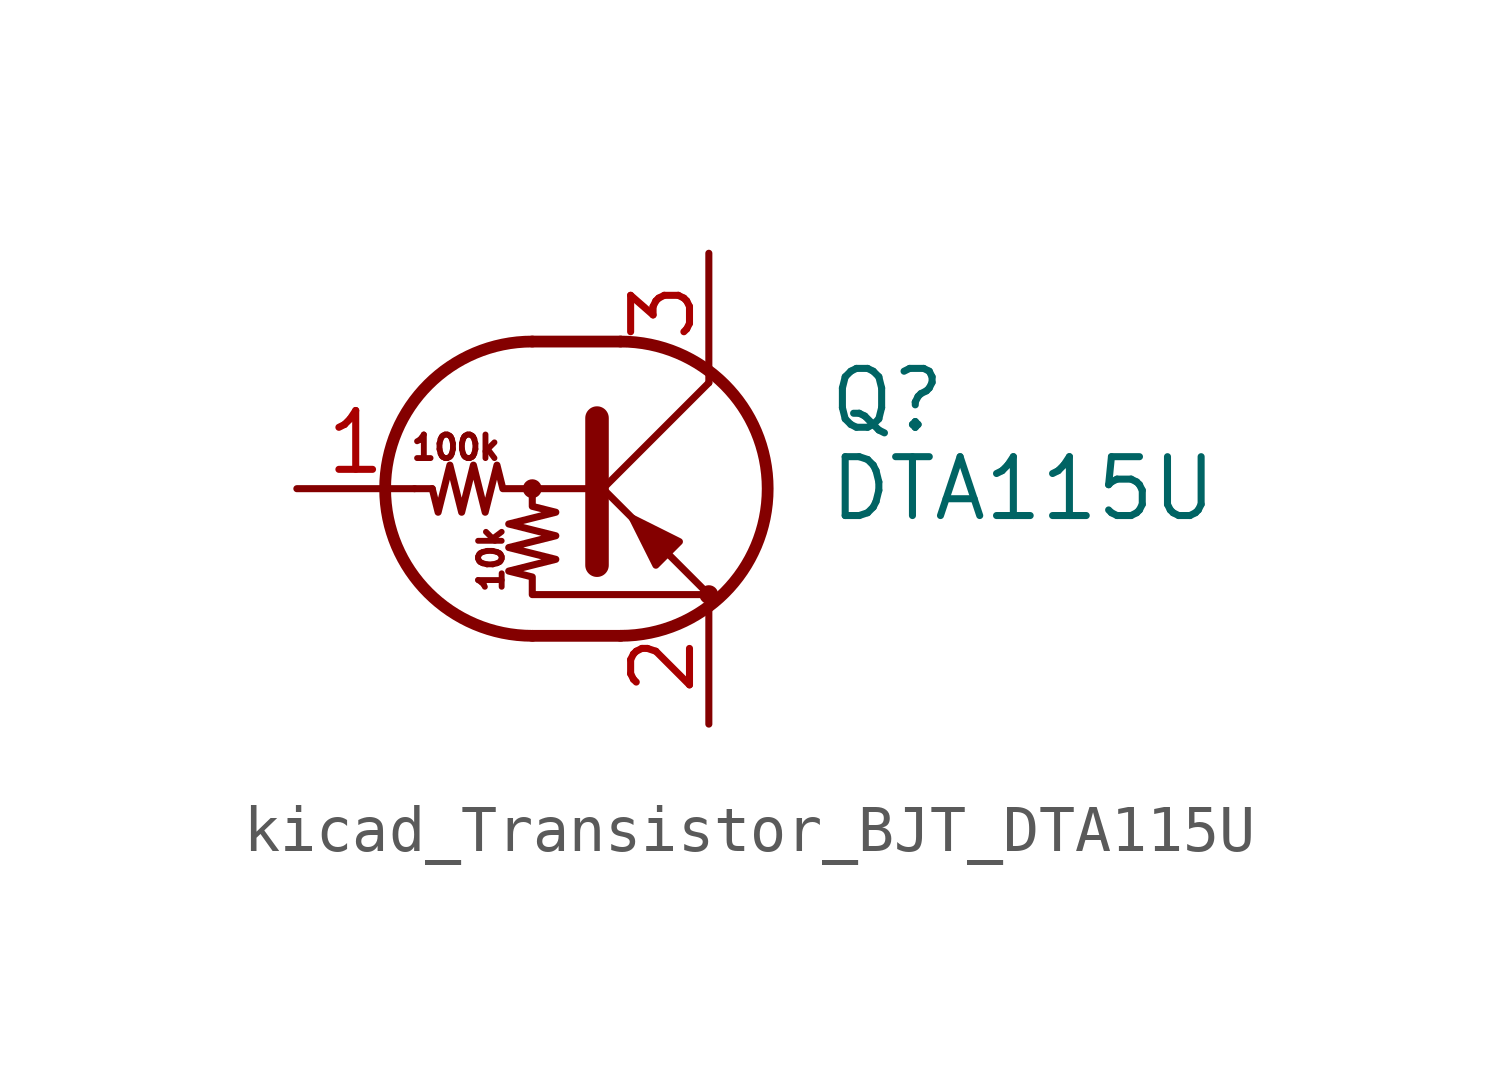
<source format=kicad_sym>
(kicad_symbol_lib
  (version 20220914)
  (generator kicad_symbol_editor)
  (symbol "kicad_Transistor_BJT_DTA115U"
    (pin_names
      (offset 0) hide)
    (property "Reference" "Q"
      (at 5.08 1.905 0)
      (effects (font (size 1.27 1.27)) (justify left)))
    (property "Value" "DTA115U"
      (at 5.08 0 0)
      (effects (font (size 1.27 1.27)) (justify left)))
    (symbol "kicad_Transistor_BJT_DTA115U_0_0"
      (text "100k" (at -2.921 0.889 0) (effects (font (size 0.508 0.508))))
      (text "10k" (at -2.159 -1.524 900) (effects (font (size 0.508 0.508)))))
    (symbol "kicad_Transistor_BJT_DTA115U_0_1"
      (circle (center -1.27 0) (radius 0.127) (stroke (width 0) (type default)) (fill (type none)))
      (arc (start -1.27 3.175) (mid -4.4312 0) (end -1.27 -3.175) (stroke (width 0.254) (type default)) (fill (type none)))
      (polyline (pts (xy -3.429 0) (xy -3.81 0)) (stroke (width 0) (type default)) (fill (type none)))
      (polyline (pts (xy -1.27 -3.175) (xy 0.635 -3.175)) (stroke (width 0.254) (type default)) (fill (type none)))
      (polyline (pts (xy -1.27 3.175) (xy 0.635 3.175)) (stroke (width 0.254) (type default)) (fill (type none)))
      (polyline (pts (xy 0 -0.254) (xy 2.54 2.286)) (stroke (width 0) (type default)) (fill (type none)))
      (polyline (pts (xy 0.127 1.524) (xy 0.127 -1.651)) (stroke (width 0.508) (type default)) (fill (type outline)))
      (polyline (pts (xy 2.54 2.286) (xy 2.54 2.54)) (stroke (width 0) (type default)) (fill (type none)))
      (polyline (pts (xy 2.54 -2.286) (xy 0 0.254) (xy 0 0.254)) (stroke (width 0) (type default)) (fill (type none)))
      (polyline (pts (xy 1.397 -1.651) (xy 1.905 -1.143) (xy 0.889 -0.635) (xy 1.397 -1.651)) (stroke (width 0) (type default)) (fill (type outline)))
      (polyline (pts (xy 0 0) (xy -1.905 0) (xy -2.032 0.508) (xy -2.286 -0.508) (xy -2.54 0.508) (xy -2.794 -0.508) (xy -3.048 0.508) (xy -3.302 -0.508) (xy -3.429 0)) (stroke (width 0) (type default)) (fill (type none)))
      (polyline (pts (xy -1.27 0) (xy -1.27 -0.381) (xy -0.762 -0.508) (xy -1.778 -0.762) (xy -0.762 -1.016) (xy -1.778 -1.27) (xy -0.762 -1.524) (xy -1.778 -1.778) (xy -1.27 -1.905) (xy -1.27 -2.286) (xy 2.54 -2.286)) (stroke (width 0) (type default)) (fill (type none)))
      (arc (start 0.635 -3.175) (mid 3.7962 0) (end 0.635 3.175) (stroke (width 0.254) (type default)) (fill (type none)))
      (circle (center 2.54 -2.286) (radius 0.127) (stroke (width 0) (type default)) (fill (type none))))
    (symbol "kicad_Transistor_BJT_DTA115U_1_1"
      (pin input line (at -6.35 0 0) (length 2.54) (name "B" (effects (font (size 1.27 1.27)))) (number "1" (effects (font (size 1.27 1.27)))))
      (pin passive line (at 2.54 -5.08 90) (length 2.54) (name "E" (effects (font (size 1.27 1.27)))) (number "2" (effects (font (size 1.27 1.27)))))
      (pin passive line (at 2.54 5.08 270) (length 2.54) (name "C" (effects (font (size 1.27 1.27)))) (number "3" (effects (font (size 1.27 1.27))))))))
</source>
